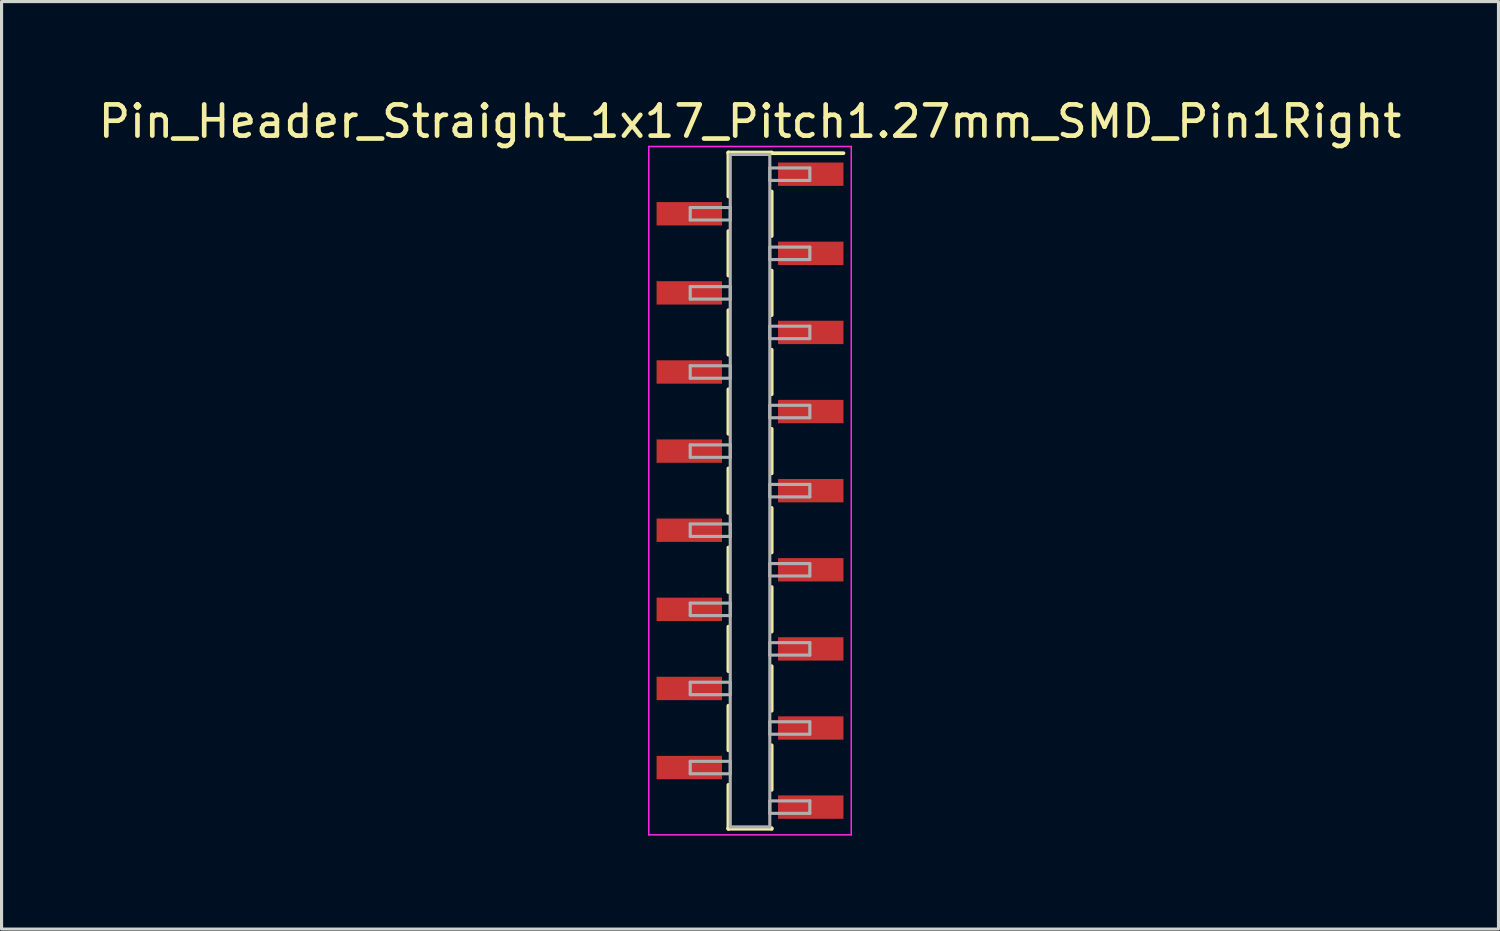
<source format=kicad_pcb>
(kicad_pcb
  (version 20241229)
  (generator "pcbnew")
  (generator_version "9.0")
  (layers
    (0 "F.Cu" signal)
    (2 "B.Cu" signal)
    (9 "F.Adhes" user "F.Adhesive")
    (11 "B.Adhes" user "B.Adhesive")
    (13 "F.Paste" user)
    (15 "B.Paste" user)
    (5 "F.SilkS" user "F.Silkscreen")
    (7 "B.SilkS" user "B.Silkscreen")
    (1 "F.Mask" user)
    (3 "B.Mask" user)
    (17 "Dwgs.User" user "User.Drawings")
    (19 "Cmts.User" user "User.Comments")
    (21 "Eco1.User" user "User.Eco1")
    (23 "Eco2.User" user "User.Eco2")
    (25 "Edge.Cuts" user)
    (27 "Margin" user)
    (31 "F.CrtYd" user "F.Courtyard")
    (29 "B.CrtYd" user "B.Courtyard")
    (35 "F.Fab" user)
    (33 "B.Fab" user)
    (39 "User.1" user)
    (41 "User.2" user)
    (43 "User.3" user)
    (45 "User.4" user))
  (footprint "Pin_Header_Straight_1x17_Pitch1.27mm_SMD_Pin1Right"
    (layer "F.Cu")
    (at 21.03 12.703)
    (property "Reference" "Pin_Header_Straight_1x17_Pitch1.27mm_SMD_Pin1Right" (at 0 -11.855 0) (layer "F.SilkS") (effects (font (size 1 1) (thickness 0.15))))
    (attr smd)
    (fp_line (start -0.695 -10.855) (end -0.695 -9.445) (stroke (width 0.12) (type solid)) (layer "F.SilkS"))
    (fp_line (start -0.695 -10.855) (end 0.695 -10.855) (stroke (width 0.12) (type solid)) (layer "F.SilkS"))
    (fp_line (start -0.695 -10.835) (end -0.695 -10.855) (stroke (width 0.12) (type solid)) (layer "F.SilkS"))
    (fp_line (start -0.695 -8.335) (end -0.695 -6.905) (stroke (width 0.12) (type solid)) (layer "F.SilkS"))
    (fp_line (start -0.695 -5.795) (end -0.695 -4.365) (stroke (width 0.12) (type solid)) (layer "F.SilkS"))
    (fp_line (start -0.695 -3.255) (end -0.695 -1.825) (stroke (width 0.12) (type solid)) (layer "F.SilkS"))
    (fp_line (start -0.695 -0.715) (end -0.695 0.715) (stroke (width 0.12) (type solid)) (layer "F.SilkS"))
    (fp_line (start -0.695 1.825) (end -0.695 3.255) (stroke (width 0.12) (type solid)) (layer "F.SilkS"))
    (fp_line (start -0.695 4.365) (end -0.695 5.795) (stroke (width 0.12) (type solid)) (layer "F.SilkS"))
    (fp_line (start -0.695 6.905) (end -0.695 8.335) (stroke (width 0.12) (type solid)) (layer "F.SilkS"))
    (fp_line (start -0.695 9.445) (end -0.695 10.855) (stroke (width 0.12) (type solid)) (layer "F.SilkS"))
    (fp_line (start -0.695 10.835) (end -0.695 10.855) (stroke (width 0.12) (type solid)) (layer "F.SilkS"))
    (fp_line (start -0.695 10.855) (end 0.695 10.855) (stroke (width 0.12) (type solid)) (layer "F.SilkS"))
    (fp_line (start 0.695 -10.855) (end 0.695 -10.835) (stroke (width 0.12) (type solid)) (layer "F.SilkS"))
    (fp_line (start 0.695 -10.835) (end 3 -10.835) (stroke (width 0.12) (type solid)) (layer "F.SilkS"))
    (fp_line (start 0.695 -9.605) (end 0.695 -8.175) (stroke (width 0.12) (type solid)) (layer "F.SilkS"))
    (fp_line (start 0.695 -7.065) (end 0.695 -5.635) (stroke (width 0.12) (type solid)) (layer "F.SilkS"))
    (fp_line (start 0.695 -4.525) (end 0.695 -3.095) (stroke (width 0.12) (type solid)) (layer "F.SilkS"))
    (fp_line (start 0.695 -1.985) (end 0.695 -0.555) (stroke (width 0.12) (type solid)) (layer "F.SilkS"))
    (fp_line (start 0.695 0.555) (end 0.695 1.985) (stroke (width 0.12) (type solid)) (layer "F.SilkS"))
    (fp_line (start 0.695 3.095) (end 0.695 4.525) (stroke (width 0.12) (type solid)) (layer "F.SilkS"))
    (fp_line (start 0.695 5.635) (end 0.695 7.065) (stroke (width 0.12) (type solid)) (layer "F.SilkS"))
    (fp_line (start 0.695 8.175) (end 0.695 9.605) (stroke (width 0.12) (type solid)) (layer "F.SilkS"))
    (fp_line (start 0.695 10.855) (end 0.695 10.835) (stroke (width 0.12) (type solid)) (layer "F.SilkS"))
    (fp_line (start -3.25 -11.05) (end -3.25 11.05) (stroke (width 0.05) (type solid)) (layer "F.CrtYd"))
    (fp_line (start -3.25 11.05) (end 3.25 11.05) (stroke (width 0.05) (type solid)) (layer "F.CrtYd"))
    (fp_line (start 3.25 -11.05) (end -3.25 -11.05) (stroke (width 0.05) (type solid)) (layer "F.CrtYd"))
    (fp_line (start 3.25 11.05) (end 3.25 -11.05) (stroke (width 0.05) (type solid)) (layer "F.CrtYd"))
    (fp_line (start -1.92 -9.09) (end -0.635 -9.09) (stroke (width 0.1) (type solid)) (layer "F.Fab"))
    (fp_line (start -1.92 -8.69) (end -1.92 -9.09) (stroke (width 0.1) (type solid)) (layer "F.Fab"))
    (fp_line (start -1.92 -6.55) (end -0.635 -6.55) (stroke (width 0.1) (type solid)) (layer "F.Fab"))
    (fp_line (start -1.92 -6.15) (end -1.92 -6.55) (stroke (width 0.1) (type solid)) (layer "F.Fab"))
    (fp_line (start -1.92 -4.01) (end -0.635 -4.01) (stroke (width 0.1) (type solid)) (layer "F.Fab"))
    (fp_line (start -1.92 -3.61) (end -1.92 -4.01) (stroke (width 0.1) (type solid)) (layer "F.Fab"))
    (fp_line (start -1.92 -1.47) (end -0.635 -1.47) (stroke (width 0.1) (type solid)) (layer "F.Fab"))
    (fp_line (start -1.92 -1.07) (end -1.92 -1.47) (stroke (width 0.1) (type solid)) (layer "F.Fab"))
    (fp_line (start -1.92 1.07) (end -0.635 1.07) (stroke (width 0.1) (type solid)) (layer "F.Fab"))
    (fp_line (start -1.92 1.47) (end -1.92 1.07) (stroke (width 0.1) (type solid)) (layer "F.Fab"))
    (fp_line (start -1.92 3.61) (end -0.635 3.61) (stroke (width 0.1) (type solid)) (layer "F.Fab"))
    (fp_line (start -1.92 4.01) (end -1.92 3.61) (stroke (width 0.1) (type solid)) (layer "F.Fab"))
    (fp_line (start -1.92 6.15) (end -0.635 6.15) (stroke (width 0.1) (type solid)) (layer "F.Fab"))
    (fp_line (start -1.92 6.55) (end -1.92 6.15) (stroke (width 0.1) (type solid)) (layer "F.Fab"))
    (fp_line (start -1.92 8.69) (end -0.635 8.69) (stroke (width 0.1) (type solid)) (layer "F.Fab"))
    (fp_line (start -1.92 9.09) (end -1.92 8.69) (stroke (width 0.1) (type solid)) (layer "F.Fab"))
    (fp_line (start -0.635 -10.795) (end -0.635 10.795) (stroke (width 0.1) (type solid)) (layer "F.Fab"))
    (fp_line (start -0.635 -9.09) (end -0.635 -8.69) (stroke (width 0.1) (type solid)) (layer "F.Fab"))
    (fp_line (start -0.635 -8.69) (end -1.92 -8.69) (stroke (width 0.1) (type solid)) (layer "F.Fab"))
    (fp_line (start -0.635 -6.55) (end -0.635 -6.15) (stroke (width 0.1) (type solid)) (layer "F.Fab"))
    (fp_line (start -0.635 -6.15) (end -1.92 -6.15) (stroke (width 0.1) (type solid)) (layer "F.Fab"))
    (fp_line (start -0.635 -4.01) (end -0.635 -3.61) (stroke (width 0.1) (type solid)) (layer "F.Fab"))
    (fp_line (start -0.635 -3.61) (end -1.92 -3.61) (stroke (width 0.1) (type solid)) (layer "F.Fab"))
    (fp_line (start -0.635 -1.47) (end -0.635 -1.07) (stroke (width 0.1) (type solid)) (layer "F.Fab"))
    (fp_line (start -0.635 -1.07) (end -1.92 -1.07) (stroke (width 0.1) (type solid)) (layer "F.Fab"))
    (fp_line (start -0.635 1.07) (end -0.635 1.47) (stroke (width 0.1) (type solid)) (layer "F.Fab"))
    (fp_line (start -0.635 1.47) (end -1.92 1.47) (stroke (width 0.1) (type solid)) (layer "F.Fab"))
    (fp_line (start -0.635 3.61) (end -0.635 4.01) (stroke (width 0.1) (type solid)) (layer "F.Fab"))
    (fp_line (start -0.635 4.01) (end -1.92 4.01) (stroke (width 0.1) (type solid)) (layer "F.Fab"))
    (fp_line (start -0.635 6.15) (end -0.635 6.55) (stroke (width 0.1) (type solid)) (layer "F.Fab"))
    (fp_line (start -0.635 6.55) (end -1.92 6.55) (stroke (width 0.1) (type solid)) (layer "F.Fab"))
    (fp_line (start -0.635 8.69) (end -0.635 9.09) (stroke (width 0.1) (type solid)) (layer "F.Fab"))
    (fp_line (start -0.635 9.09) (end -1.92 9.09) (stroke (width 0.1) (type solid)) (layer "F.Fab"))
    (fp_line (start -0.635 10.795) (end 0.635 10.795) (stroke (width 0.1) (type solid)) (layer "F.Fab"))
    (fp_line (start 0.635 -10.795) (end -0.635 -10.795) (stroke (width 0.1) (type solid)) (layer "F.Fab"))
    (fp_line (start 0.635 -10.36) (end 0.635 -9.96) (stroke (width 0.1) (type solid)) (layer "F.Fab"))
    (fp_line (start 0.635 -9.96) (end 1.92 -9.96) (stroke (width 0.1) (type solid)) (layer "F.Fab"))
    (fp_line (start 0.635 -7.82) (end 0.635 -7.42) (stroke (width 0.1) (type solid)) (layer "F.Fab"))
    (fp_line (start 0.635 -7.42) (end 1.92 -7.42) (stroke (width 0.1) (type solid)) (layer "F.Fab"))
    (fp_line (start 0.635 -5.28) (end 0.635 -4.88) (stroke (width 0.1) (type solid)) (layer "F.Fab"))
    (fp_line (start 0.635 -4.88) (end 1.92 -4.88) (stroke (width 0.1) (type solid)) (layer "F.Fab"))
    (fp_line (start 0.635 -2.74) (end 0.635 -2.34) (stroke (width 0.1) (type solid)) (layer "F.Fab"))
    (fp_line (start 0.635 -2.34) (end 1.92 -2.34) (stroke (width 0.1) (type solid)) (layer "F.Fab"))
    (fp_line (start 0.635 -0.2) (end 0.635 0.2) (stroke (width 0.1) (type solid)) (layer "F.Fab"))
    (fp_line (start 0.635 0.2) (end 1.92 0.2) (stroke (width 0.1) (type solid)) (layer "F.Fab"))
    (fp_line (start 0.635 2.34) (end 0.635 2.74) (stroke (width 0.1) (type solid)) (layer "F.Fab"))
    (fp_line (start 0.635 2.74) (end 1.92 2.74) (stroke (width 0.1) (type solid)) (layer "F.Fab"))
    (fp_line (start 0.635 4.88) (end 0.635 5.28) (stroke (width 0.1) (type solid)) (layer "F.Fab"))
    (fp_line (start 0.635 5.28) (end 1.92 5.28) (stroke (width 0.1) (type solid)) (layer "F.Fab"))
    (fp_line (start 0.635 7.42) (end 0.635 7.82) (stroke (width 0.1) (type solid)) (layer "F.Fab"))
    (fp_line (start 0.635 7.82) (end 1.92 7.82) (stroke (width 0.1) (type solid)) (layer "F.Fab"))
    (fp_line (start 0.635 9.96) (end 0.635 10.36) (stroke (width 0.1) (type solid)) (layer "F.Fab"))
    (fp_line (start 0.635 10.36) (end 1.92 10.36) (stroke (width 0.1) (type solid)) (layer "F.Fab"))
    (fp_line (start 0.635 10.795) (end 0.635 -10.795) (stroke (width 0.1) (type solid)) (layer "F.Fab"))
    (fp_line (start 1.92 -10.36) (end 0.635 -10.36) (stroke (width 0.1) (type solid)) (layer "F.Fab"))
    (fp_line (start 1.92 -9.96) (end 1.92 -10.36) (stroke (width 0.1) (type solid)) (layer "F.Fab"))
    (fp_line (start 1.92 -7.82) (end 0.635 -7.82) (stroke (width 0.1) (type solid)) (layer "F.Fab"))
    (fp_line (start 1.92 -7.42) (end 1.92 -7.82) (stroke (width 0.1) (type solid)) (layer "F.Fab"))
    (fp_line (start 1.92 -5.28) (end 0.635 -5.28) (stroke (width 0.1) (type solid)) (layer "F.Fab"))
    (fp_line (start 1.92 -4.88) (end 1.92 -5.28) (stroke (width 0.1) (type solid)) (layer "F.Fab"))
    (fp_line (start 1.92 -2.74) (end 0.635 -2.74) (stroke (width 0.1) (type solid)) (layer "F.Fab"))
    (fp_line (start 1.92 -2.34) (end 1.92 -2.74) (stroke (width 0.1) (type solid)) (layer "F.Fab"))
    (fp_line (start 1.92 -0.2) (end 0.635 -0.2) (stroke (width 0.1) (type solid)) (layer "F.Fab"))
    (fp_line (start 1.92 0.2) (end 1.92 -0.2) (stroke (width 0.1) (type solid)) (layer "F.Fab"))
    (fp_line (start 1.92 2.34) (end 0.635 2.34) (stroke (width 0.1) (type solid)) (layer "F.Fab"))
    (fp_line (start 1.92 2.74) (end 1.92 2.34) (stroke (width 0.1) (type solid)) (layer "F.Fab"))
    (fp_line (start 1.92 4.88) (end 0.635 4.88) (stroke (width 0.1) (type solid)) (layer "F.Fab"))
    (fp_line (start 1.92 5.28) (end 1.92 4.88) (stroke (width 0.1) (type solid)) (layer "F.Fab"))
    (fp_line (start 1.92 7.42) (end 0.635 7.42) (stroke (width 0.1) (type solid)) (layer "F.Fab"))
    (fp_line (start 1.92 7.82) (end 1.92 7.42) (stroke (width 0.1) (type solid)) (layer "F.Fab"))
    (fp_line (start 1.92 9.96) (end 0.635 9.96) (stroke (width 0.1) (type solid)) (layer "F.Fab"))
    (fp_line (start 1.92 10.36) (end 1.92 9.96) (stroke (width 0.1) (type solid)) (layer "F.Fab"))
    (pad "1" smd rect (at 1.95 -10.16) (size 2.1 0.75) (layers "F.Cu" "F.Mask"))
    (pad "2" smd rect (at -1.95 -8.89) (size 2.1 0.75) (layers "F.Cu" "F.Mask"))
    (pad "3" smd rect (at 1.95 -7.62) (size 2.1 0.75) (layers "F.Cu" "F.Mask"))
    (pad "4" smd rect (at -1.95 -6.35) (size 2.1 0.75) (layers "F.Cu" "F.Mask"))
    (pad "5" smd rect (at 1.95 -5.08) (size 2.1 0.75) (layers "F.Cu" "F.Mask"))
    (pad "6" smd rect (at -1.95 -3.81) (size 2.1 0.75) (layers "F.Cu" "F.Mask"))
    (pad "7" smd rect (at 1.95 -2.54) (size 2.1 0.75) (layers "F.Cu" "F.Mask"))
    (pad "8" smd rect (at -1.95 -1.27) (size 2.1 0.75) (layers "F.Cu" "F.Mask"))
    (pad "9" smd rect (at 1.95 0) (size 2.1 0.75) (layers "F.Cu" "F.Mask"))
    (pad "10" smd rect (at -1.95 1.27) (size 2.1 0.75) (layers "F.Cu" "F.Mask"))
    (pad "11" smd rect (at 1.95 2.54) (size 2.1 0.75) (layers "F.Cu" "F.Mask"))
    (pad "12" smd rect (at -1.95 3.81) (size 2.1 0.75) (layers "F.Cu" "F.Mask"))
    (pad "13" smd rect (at 1.95 5.08) (size 2.1 0.75) (layers "F.Cu" "F.Mask"))
    (pad "14" smd rect (at -1.95 6.35) (size 2.1 0.75) (layers "F.Cu" "F.Mask"))
    (pad "15" smd rect (at 1.95 7.62) (size 2.1 0.75) (layers "F.Cu" "F.Mask"))
    (pad "16" smd rect (at -1.95 8.89) (size 2.1 0.75) (layers "F.Cu" "F.Mask"))
    (pad "17" smd rect (at 1.95 10.16) (size 2.1 0.75) (layers "F.Cu" "F.Mask")))
  (gr_rect
    (start -3 -3)
    (end 45.06 26.778)
    (stroke (width 0.1) (type default))
    (fill no)
    (layer "Edge.Cuts")))
</source>
